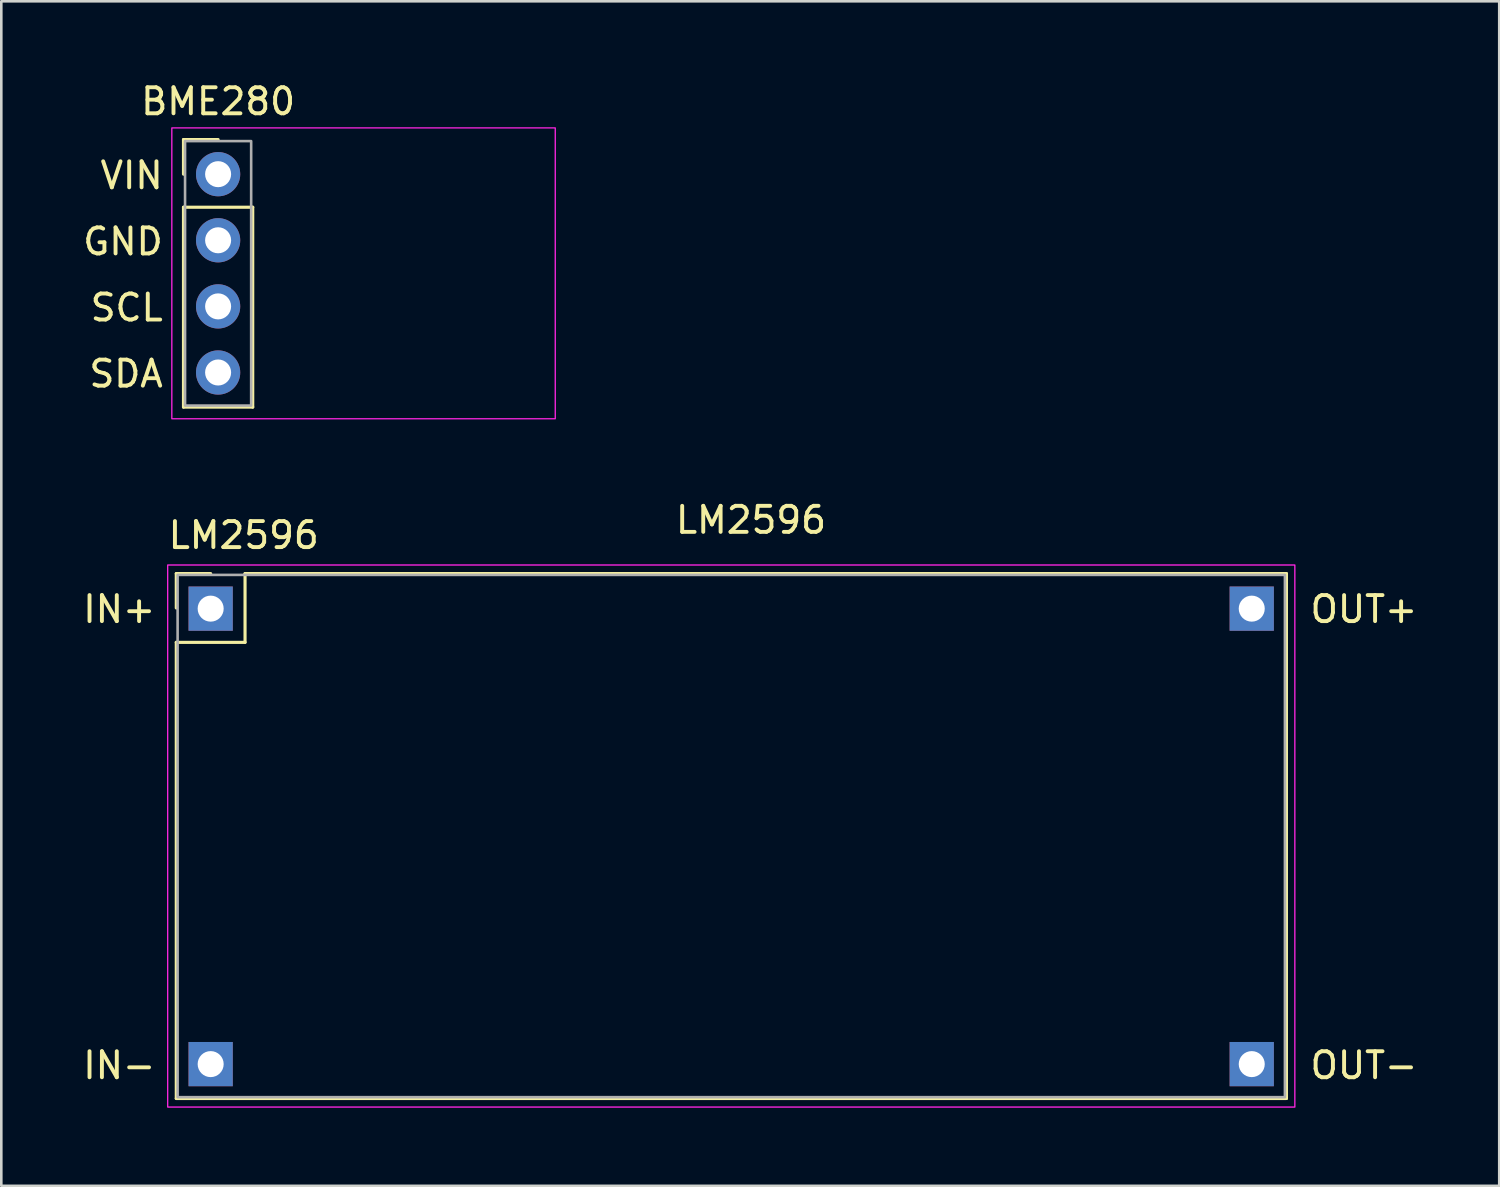
<source format=kicad_pcb>
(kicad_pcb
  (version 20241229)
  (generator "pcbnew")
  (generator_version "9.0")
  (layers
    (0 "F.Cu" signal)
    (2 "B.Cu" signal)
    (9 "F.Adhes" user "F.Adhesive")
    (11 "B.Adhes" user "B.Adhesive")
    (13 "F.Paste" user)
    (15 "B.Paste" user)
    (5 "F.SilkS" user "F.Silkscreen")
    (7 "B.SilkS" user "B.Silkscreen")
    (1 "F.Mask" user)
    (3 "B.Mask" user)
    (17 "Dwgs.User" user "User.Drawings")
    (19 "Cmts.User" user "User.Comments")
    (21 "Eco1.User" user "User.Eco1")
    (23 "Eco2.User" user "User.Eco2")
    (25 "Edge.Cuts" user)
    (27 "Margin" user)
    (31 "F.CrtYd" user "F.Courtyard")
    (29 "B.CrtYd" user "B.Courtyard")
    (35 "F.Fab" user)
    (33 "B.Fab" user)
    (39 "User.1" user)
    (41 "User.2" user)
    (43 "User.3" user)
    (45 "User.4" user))
  (footprint "LM2596"
    (layer "F.Cu")
    (at 5.044 37.835)
    (property "Reference" "LM2596" (at 1.27 -20.32 0) (layer "F.SilkS") (effects (font (size 1 1) (thickness 0.15))))
    (attr through_hole)
    (fp_line (start -1.321 -18.847) (end 0 -18.847) (stroke (width 0.12) (type default)) (layer "F.SilkS"))
    (fp_line (start -1.321 -17.526) (end -1.321 -18.847) (stroke (width 0.12) (type default)) (layer "F.SilkS"))
    (fp_line (start -1.321 -16.205) (end 1.321 -16.205) (stroke (width 0.12) (type default)) (layer "F.SilkS"))
    (fp_line (start -1.321 1.321) (end -1.321 -16.205) (stroke (width 0.12) (type default)) (layer "F.SilkS"))
    (fp_line (start 1.321 -18.847) (end 41.333 -18.847) (stroke (width 0.12) (type default)) (layer "F.SilkS"))
    (fp_line (start 1.321 -16.205) (end 1.321 -18.847) (stroke (width 0.12) (type default)) (layer "F.SilkS"))
    (fp_line (start 41.333 -18.847) (end 41.333 1.321) (stroke (width 0.12) (type default)) (layer "F.SilkS"))
    (fp_line (start 41.333 1.321) (end -1.321 1.321) (stroke (width 0.12) (type default)) (layer "F.SilkS"))
    (fp_rect (start -1.651 -19.177) (end 41.656 1.651) (stroke (width 0.05) (type default)) (fill no) (layer "F.CrtYd"))
    (fp_rect (start -1.27 -18.796) (end 41.275 1.27) (stroke (width 0.1) (type default)) (fill no) (layer "F.Fab"))
    (fp_text user "IN-" (at -2.032 0.635 0) (unlocked yes) (layer "F.SilkS") (effects (font (size 1 1) (thickness 0.15)) (justify right bottom)))
    (fp_text user "OUT+" (at 42.164 -16.891 0) (unlocked yes) (layer "F.SilkS") (effects (font (size 1 1) (thickness 0.15)) (justify left bottom)))
    (fp_text user "LM2596" (at 17.78 -20.32 0) (unlocked yes) (layer "F.SilkS") (effects (font (size 1 1) (thickness 0.15)) (justify left bottom)))
    (fp_text user "IN+" (at -2.032 -16.891 0) (unlocked yes) (layer "F.SilkS") (effects (font (size 1 1) (thickness 0.15)) (justify right bottom)))
    (fp_text user "OUT-" (at 42.164 0.635 0) (unlocked yes) (layer "F.SilkS") (effects (font (size 1 1) (thickness 0.15)) (justify left bottom)))
    (pad "1" thru_hole rect (at 0 -17.5) (size 1.7 1.7) (drill 1) (layers "*.Cu" "*.Mask"))
    (pad "2" thru_hole rect (at 40 -17.5) (size 1.7 1.7) (drill 1) (layers "*.Cu" "*.Mask"))
    (pad "3" thru_hole rect (at 0 0) (size 1.7 1.7) (drill 1) (layers "*.Cu" "*.Mask"))
    (pad "4" thru_hole rect (at 40 0) (size 1.7 1.7) (drill 1) (layers "*.Cu" "*.Mask")))
  (footprint "BME280"
    (layer "F.Cu")
    (at 5.33 3.642)
    (property "Reference" "BME280" (at 0 -2.794 0) (layer "F.SilkS") (effects (font (size 1 1) (thickness 0.15))))
    (attr through_hole)
    (fp_line (start -1.33 -1.33) (end 0 -1.33) (stroke (width 0.12) (type solid)) (layer "F.SilkS"))
    (fp_line (start -1.33 0) (end -1.33 -1.33) (stroke (width 0.12) (type solid)) (layer "F.SilkS"))
    (fp_line (start -1.33 1.27) (end -1.33 8.95) (stroke (width 0.12) (type solid)) (layer "F.SilkS"))
    (fp_line (start -1.33 1.27) (end 1.33 1.27) (stroke (width 0.12) (type solid)) (layer "F.SilkS"))
    (fp_line (start -1.33 8.95) (end 1.33 8.95) (stroke (width 0.12) (type solid)) (layer "F.SilkS"))
    (fp_line (start 1.33 1.27) (end 1.33 8.95) (stroke (width 0.12) (type solid)) (layer "F.SilkS"))
    (fp_rect (start -1.778 -1.778) (end 12.954 9.398) (stroke (width 0.05) (type default)) (fill no) (layer "F.CrtYd"))
    (fp_rect (start -1.27 -1.27) (end 1.27 8.89) (stroke (width 0.1) (type default)) (fill no) (layer "F.Fab"))
    (fp_text user "SDA" (at -2.032 8.255 0) (unlocked yes) (layer "F.SilkS") (effects (font (size 1 1) (thickness 0.15)) (justify right bottom)))
    (fp_text user "GND" (at -2.032 3.175 0) (unlocked yes) (layer "F.SilkS") (effects (font (size 1 1) (thickness 0.15)) (justify right bottom)))
    (fp_text user "SCL" (at -2.032 5.715 0) (unlocked yes) (layer "F.SilkS") (effects (font (size 1 1) (thickness 0.15)) (justify right bottom)))
    (fp_text user "VIN" (at -2.032 0.635 0) (unlocked yes) (layer "F.SilkS") (effects (font (size 1 1) (thickness 0.15)) (justify right bottom)))
    (pad "1" thru_hole circle (at 0 0) (size 1.7 1.7) (drill 1) (layers "*.Cu" "*.Mask"))
    (pad "2" thru_hole oval (at 0 2.54) (size 1.7 1.7) (drill 1) (layers "*.Cu" "*.Mask"))
    (pad "3" thru_hole oval (at 0 5.08) (size 1.7 1.7) (drill 1) (layers "*.Cu" "*.Mask"))
    (pad "4" thru_hole oval (at 0 7.62) (size 1.7 1.7) (drill 1) (layers "*.Cu" "*.Mask")))
  (gr_rect
    (start -3 -3)
    (end 54.553 42.511)
    (stroke (width 0.1) (type default))
    (fill no)
    (layer "Edge.Cuts")))
</source>
